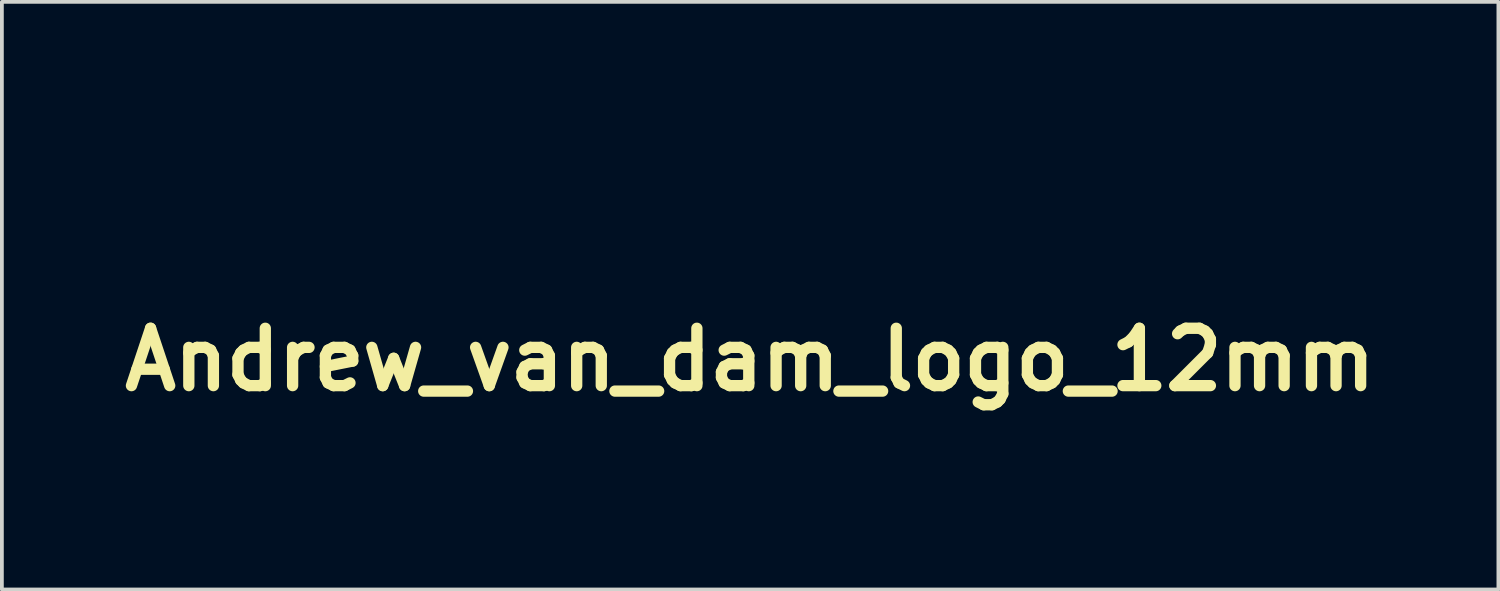
<source format=kicad_pcb>
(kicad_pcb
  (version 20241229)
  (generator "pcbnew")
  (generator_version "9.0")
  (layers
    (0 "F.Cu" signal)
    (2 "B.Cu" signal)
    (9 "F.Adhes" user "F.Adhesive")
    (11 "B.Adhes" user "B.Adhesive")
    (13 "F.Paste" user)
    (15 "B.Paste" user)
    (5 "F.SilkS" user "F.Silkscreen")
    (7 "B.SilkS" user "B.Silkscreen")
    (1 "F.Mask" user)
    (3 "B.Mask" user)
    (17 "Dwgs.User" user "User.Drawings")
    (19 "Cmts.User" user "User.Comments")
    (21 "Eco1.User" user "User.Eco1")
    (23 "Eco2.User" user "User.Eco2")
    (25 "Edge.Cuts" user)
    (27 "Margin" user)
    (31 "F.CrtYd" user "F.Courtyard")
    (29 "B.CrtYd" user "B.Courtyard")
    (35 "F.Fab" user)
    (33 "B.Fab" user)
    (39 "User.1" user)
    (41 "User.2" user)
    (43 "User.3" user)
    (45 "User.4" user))
  (footprint "Andrew_van_dam_logo_12mm"
    (layer "F.Cu")
    (at 12.48 4.806)
    (property "Reference" "Andrew_van_dam_logo_12mm" (at 4.4 1.7 0) (layer "F.SilkS") (effects (font (size 1.524 1.524) (thickness 0.3))))
    (attr through_hole)
    (fp_poly (pts (xy 1.74 -4.068) (xy 1.781 -3.93) (xy 1.781 -3.911) (xy 1.754 -3.769) (xy 1.64 -3.72) (xy 1.564 -3.717) (xy 1.354 -3.683) (xy 1.229 -3.564) (xy 1.171 -3.337) (xy 1.162 -3.121) (xy 1.169 -2.88) (xy 1.2 -2.757) (xy 1.269 -2.714) (xy 1.316 -2.71) (xy 1.446 -2.656) (xy 1.471 -2.555) (xy 1.456 -2.472) (xy 1.386 -2.425) (xy 1.227 -2.405) (xy 0.968 -2.401) (xy 0.696 -2.405) (xy 0.544 -2.427) (xy 0.478 -2.476) (xy 0.465 -2.555) (xy 0.519 -2.685) (xy 0.62 -2.71) (xy 0.701 -2.725) (xy 0.748 -2.791) (xy 0.769 -2.941) (xy 0.774 -3.209) (xy 0.774 -3.252) (xy 0.77 -3.537) (xy 0.751 -3.701) (xy 0.708 -3.775) (xy 0.632 -3.794) (xy 0.62 -3.795) (xy 0.49 -3.849) (xy 0.465 -3.949) (xy 0.491 -4.051) (xy 0.596 -4.096) (xy 0.774 -4.104) (xy 0.987 -4.086) (xy 1.077 -4.025) (xy 1.084 -3.984) (xy 1.098 -3.906) (xy 1.168 -3.925) (xy 1.256 -3.984) (xy 1.454 -4.077) (xy 1.605 -4.104) (xy 1.74 -4.068)) (stroke (width 0.01) (type solid)) (fill no) (layer "Eco2.User"))
    (fp_poly (pts (xy 3.02 -4.036) (xy 3.302 -3.849) (xy 3.489 -3.575) (xy 3.533 -3.427) (xy 3.582 -3.175) (xy 2.875 -3.175) (xy 2.518 -3.166) (xy 2.278 -3.142) (xy 2.172 -3.104) (xy 2.168 -3.094) (xy 2.231 -2.957) (xy 2.383 -2.805) (xy 2.57 -2.683) (xy 2.737 -2.633) (xy 2.936 -2.681) (xy 3.108 -2.78) (xy 3.28 -2.878) (xy 3.428 -2.854) (xy 3.431 -2.853) (xy 3.526 -2.774) (xy 3.485 -2.673) (xy 3.47 -2.654) (xy 3.301 -2.522) (xy 3.056 -2.404) (xy 2.816 -2.334) (xy 2.732 -2.328) (xy 2.554 -2.36) (xy 2.401 -2.41) (xy 2.087 -2.605) (xy 1.881 -2.881) (xy 1.797 -3.204) (xy 1.841 -3.481) (xy 2.211 -3.481) (xy 2.236 -3.434) (xy 2.351 -3.413) (xy 2.584 -3.407) (xy 2.669 -3.407) (xy 2.926 -3.415) (xy 3.108 -3.437) (xy 3.174 -3.465) (xy 3.099 -3.625) (xy 2.903 -3.776) (xy 2.89 -3.783) (xy 2.659 -3.826) (xy 2.426 -3.749) (xy 2.252 -3.574) (xy 2.248 -3.566) (xy 2.211 -3.481) (xy 1.841 -3.481) (xy 1.851 -3.542) (xy 1.86 -3.566) (xy 2.06 -3.871) (xy 2.351 -4.052) (xy 2.681 -4.104) (xy 3.02 -4.036)) (stroke (width 0.01) (type solid)) (fill no) (layer "Eco2.User"))
    (fp_poly (pts (xy -1.946 -0.52) (xy -1.689 -0.466) (xy -1.524 -0.358) (xy -1.433 -0.165) (xy -1.397 0.139) (xy -1.394 0.316) (xy -1.389 0.596) (xy -1.366 0.759) (xy -1.314 0.84) (xy -1.232 0.876) (xy -1.107 0.958) (xy -1.1 1.074) (xy -1.197 1.18) (xy -1.341 1.225) (xy -1.539 1.214) (xy -1.665 1.162) (xy -1.807 1.114) (xy -1.926 1.156) (xy -2.203 1.234) (xy -2.46 1.159) (xy -2.598 1.049) (xy -2.756 0.819) (xy -2.76 0.654) (xy -2.401 0.654) (xy -2.38 0.813) (xy -2.349 0.878) (xy -2.209 0.926) (xy -2.004 0.906) (xy -1.853 0.849) (xy -1.721 0.726) (xy -1.738 0.594) (xy -1.889 0.482) (xy -2.12 0.427) (xy -2.302 0.472) (xy -2.395 0.604) (xy -2.401 0.654) (xy -2.76 0.654) (xy -2.762 0.594) (xy -2.613 0.361) (xy -2.588 0.336) (xy -2.435 0.21) (xy -2.275 0.163) (xy -2.042 0.175) (xy -1.83 0.192) (xy -1.733 0.171) (xy -1.714 0.097) (xy -1.719 0.057) (xy -1.807 -0.136) (xy -1.995 -0.211) (xy -2.282 -0.168) (xy -2.317 -0.157) (xy -2.561 -0.098) (xy -2.68 -0.116) (xy -2.669 -0.207) (xy -2.522 -0.364) (xy -2.345 -0.488) (xy -2.165 -0.532) (xy -1.946 -0.52)) (stroke (width 0.01) (type solid)) (fill no) (layer "Eco2.User"))
    (fp_poly (pts (xy -1.894 2.418) (xy -1.533 2.476) (xy -1.273 2.586) (xy -1.088 2.759) (xy -0.955 3) (xy -0.876 3.326) (xy -0.87 3.696) (xy -0.933 4.049) (xy -1.059 4.32) (xy -1.233 4.507) (xy -1.452 4.638) (xy -1.746 4.722) (xy -2.146 4.771) (xy -2.42 4.787) (xy -2.766 4.8) (xy -2.986 4.8) (xy -3.109 4.783) (xy -3.162 4.742) (xy -3.175 4.674) (xy -3.175 4.655) (xy -3.125 4.52) (xy -3.02 4.491) (xy -2.954 4.482) (xy -2.909 4.436) (xy -2.883 4.328) (xy -2.87 4.131) (xy -2.866 3.819) (xy -2.865 3.601) (xy -2.867 3.218) (xy -2.875 2.964) (xy -2.894 2.813) (xy -2.928 2.738) (xy -2.982 2.712) (xy -3.02 2.71) (xy -2.478 2.71) (xy -2.478 4.509) (xy -2.11 4.456) (xy -1.848 4.399) (xy -1.625 4.32) (xy -1.565 4.288) (xy -1.36 4.067) (xy -1.262 3.742) (xy -1.263 3.41) (xy -1.356 3.071) (xy -1.551 2.846) (xy -1.854 2.73) (xy -2.095 2.71) (xy -2.478 2.71) (xy -3.02 2.71) (xy -3.15 2.656) (xy -3.175 2.555) (xy -3.165 2.486) (xy -3.115 2.441) (xy -2.998 2.415) (xy -2.787 2.404) (xy -2.453 2.401) (xy -2.381 2.401) (xy -1.894 2.418)) (stroke (width 0.01) (type solid)) (fill no) (layer "Eco2.User"))
    (fp_poly (pts (xy -2.76 -1.233) (xy -2.619 -1.208) (xy -2.563 -1.152) (xy -2.555 -1.09) (xy -2.613 -0.955) (xy -2.686 -0.915) (xy -2.77 -0.838) (xy -2.887 -0.629) (xy -3.039 -0.282) (xy -3.209 0.155) (xy -3.37 0.575) (xy -3.492 0.869) (xy -3.587 1.06) (xy -3.667 1.169) (xy -3.743 1.218) (xy -3.775 1.225) (xy -3.922 1.202) (xy -4.019 1.06) (xy -4.031 1.031) (xy -4.254 0.438) (xy -4.433 -0.025) (xy -4.574 -0.373) (xy -4.684 -0.62) (xy -4.769 -0.782) (xy -4.837 -0.873) (xy -4.894 -0.911) (xy -4.895 -0.911) (xy -5.011 -1.008) (xy -5.034 -1.093) (xy -5.014 -1.175) (xy -4.932 -1.219) (xy -4.752 -1.237) (xy -4.569 -1.239) (xy -4.309 -1.233) (xy -4.169 -1.209) (xy -4.113 -1.153) (xy -4.104 -1.084) (xy -4.153 -0.958) (xy -4.22 -0.929) (xy -4.287 -0.924) (xy -4.32 -0.891) (xy -4.315 -0.807) (xy -4.267 -0.647) (xy -4.171 -0.387) (xy -4.054 -0.081) (xy -3.77 0.651) (xy -3.516 -0.004) (xy -3.371 -0.394) (xy -3.289 -0.662) (xy -3.266 -0.828) (xy -3.299 -0.91) (xy -3.369 -0.929) (xy -3.463 -0.994) (xy -3.485 -1.084) (xy -3.468 -1.171) (xy -3.393 -1.217) (xy -3.226 -1.236) (xy -3.02 -1.239) (xy -2.76 -1.233)) (stroke (width 0.01) (type solid)) (fill no) (layer "Eco2.User"))
    (fp_poly (pts (xy 0.471 -0.449) (xy 0.628 -0.311) (xy 0.648 -0.271) (xy 0.674 -0.128) (xy 0.692 0.113) (xy 0.697 0.346) (xy 0.703 0.617) (xy 0.729 0.771) (xy 0.786 0.847) (xy 0.859 0.876) (xy 0.984 0.964) (xy 0.993 1.059) (xy 0.934 1.155) (xy 0.782 1.196) (xy 0.657 1.2) (xy 0.348 1.2) (xy 0.326 0.523) (xy 0.304 -0.155) (xy 0.09 -0.155) (xy -0.119 -0.12) (xy -0.244 -0.001) (xy -0.301 0.229) (xy -0.31 0.441) (xy -0.299 0.693) (xy -0.26 0.82) (xy -0.194 0.852) (xy -0.1 0.919) (xy -0.077 1.045) (xy -0.088 1.156) (xy -0.147 1.214) (xy -0.29 1.236) (xy -0.506 1.239) (xy -0.789 1.223) (xy -0.942 1.172) (xy -0.977 1.127) (xy -0.98 0.96) (xy -0.871 0.861) (xy -0.809 0.852) (xy -0.745 0.813) (xy -0.71 0.681) (xy -0.697 0.426) (xy -0.697 0.358) (xy -0.703 0.083) (xy -0.729 -0.073) (xy -0.785 -0.15) (xy -0.852 -0.177) (xy -0.978 -0.262) (xy -1.007 -0.341) (xy -0.968 -0.421) (xy -0.83 -0.458) (xy -0.658 -0.465) (xy -0.45 -0.45) (xy -0.326 -0.413) (xy -0.31 -0.391) (xy -0.248 -0.37) (xy -0.094 -0.409) (xy -0.042 -0.429) (xy 0.234 -0.491) (xy 0.471 -0.449)) (stroke (width 0.01) (type solid)) (fill no) (layer "Eco2.User"))
    (fp_poly (pts (xy 0.464 3.088) (xy 0.64 3.154) (xy 0.756 3.247) (xy 0.828 3.399) (xy 0.875 3.644) (xy 0.907 3.969) (xy 0.946 4.279) (xy 0.998 4.448) (xy 1.057 4.491) (xy 1.142 4.556) (xy 1.162 4.646) (xy 1.131 4.754) (xy 1.01 4.797) (xy 0.895 4.801) (xy 0.702 4.781) (xy 0.586 4.73) (xy 0.581 4.724) (xy 0.478 4.688) (xy 0.388 4.724) (xy 0.097 4.799) (xy -0.189 4.729) (xy -0.359 4.604) (xy -0.495 4.429) (xy -0.515 4.281) (xy -0.141 4.281) (xy -0.074 4.432) (xy -0.041 4.461) (xy 0.129 4.512) (xy 0.323 4.48) (xy 0.48 4.384) (xy 0.542 4.253) (xy 0.474 4.126) (xy 0.302 4.046) (xy 0.076 4.033) (xy 0.026 4.04) (xy -0.104 4.128) (xy -0.141 4.281) (xy -0.515 4.281) (xy -0.517 4.261) (xy -0.505 4.198) (xy -0.437 4.007) (xy -0.373 3.894) (xy -0.213 3.797) (xy 0.023 3.746) (xy 0.261 3.752) (xy 0.379 3.79) (xy 0.498 3.836) (xy 0.539 3.771) (xy 0.542 3.679) (xy 0.479 3.485) (xy 0.32 3.373) (xy 0.112 3.365) (xy -0.016 3.42) (xy -0.19 3.49) (xy -0.348 3.496) (xy -0.442 3.442) (xy -0.445 3.381) (xy -0.364 3.293) (xy -0.193 3.182) (xy -0.124 3.146) (xy 0.099 3.055) (xy 0.287 3.046) (xy 0.464 3.088)) (stroke (width 0.01) (type solid)) (fill no) (layer "Eco2.User"))
    (fp_poly (pts (xy 0.077 -3.756) (xy 0.079 -3.336) (xy 0.085 -3.046) (xy 0.099 -2.863) (xy 0.126 -2.762) (xy 0.168 -2.72) (xy 0.229 -2.71) (xy 0.232 -2.71) (xy 0.362 -2.656) (xy 0.387 -2.555) (xy 0.364 -2.459) (xy 0.27 -2.413) (xy 0.064 -2.401) (xy 0.039 -2.401) (xy -0.169 -2.417) (xy -0.294 -2.457) (xy -0.31 -2.481) (xy -0.357 -2.521) (xy -0.46 -2.481) (xy -0.753 -2.398) (xy -1.072 -2.422) (xy -1.35 -2.543) (xy -1.42 -2.603) (xy -1.617 -2.898) (xy -1.674 -3.192) (xy -1.313 -3.192) (xy -1.228 -2.933) (xy -1.196 -2.882) (xy -1.017 -2.748) (xy -0.778 -2.712) (xy -0.541 -2.776) (xy -0.451 -2.839) (xy -0.335 -3.033) (xy -0.306 -3.281) (xy -0.361 -3.52) (xy -0.482 -3.674) (xy -0.733 -3.777) (xy -0.966 -3.753) (xy -1.157 -3.629) (xy -1.281 -3.433) (xy -1.313 -3.192) (xy -1.674 -3.192) (xy -1.682 -3.233) (xy -1.62 -3.568) (xy -1.432 -3.863) (xy -1.334 -3.952) (xy -1.079 -4.07) (xy -0.771 -4.101) (xy -0.488 -4.038) (xy -0.46 -4.024) (xy -0.36 -3.987) (xy -0.318 -4.044) (xy -0.31 -4.218) (xy -0.327 -4.406) (xy -0.393 -4.482) (xy -0.465 -4.491) (xy -0.594 -4.546) (xy -0.62 -4.646) (xy -0.597 -4.743) (xy -0.502 -4.789) (xy -0.296 -4.801) (xy -0.271 -4.801) (xy 0.077 -4.801) (xy 0.077 -3.756)) (stroke (width 0.01) (type solid)) (fill no) (layer "Eco2.User"))
    (fp_poly (pts (xy 1.82 3.115) (xy 1.928 3.16) (xy 1.936 3.178) (xy 1.983 3.218) (xy 2.086 3.178) (xy 2.319 3.108) (xy 2.573 3.11) (xy 2.776 3.181) (xy 2.812 3.21) (xy 2.917 3.282) (xy 3.029 3.241) (xy 3.069 3.212) (xy 3.243 3.137) (xy 3.475 3.101) (xy 3.501 3.1) (xy 3.701 3.122) (xy 3.833 3.208) (xy 3.91 3.382) (xy 3.944 3.669) (xy 3.949 3.944) (xy 3.953 4.231) (xy 3.972 4.395) (xy 4.014 4.471) (xy 4.09 4.491) (xy 4.104 4.491) (xy 4.234 4.546) (xy 4.259 4.646) (xy 4.233 4.748) (xy 4.128 4.792) (xy 3.949 4.801) (xy 3.64 4.801) (xy 3.64 4.227) (xy 3.632 3.854) (xy 3.605 3.612) (xy 3.551 3.473) (xy 3.463 3.415) (xy 3.394 3.407) (xy 3.163 3.44) (xy 3.023 3.554) (xy 2.956 3.774) (xy 2.943 4.03) (xy 2.948 4.288) (xy 2.973 4.428) (xy 3.03 4.483) (xy 3.098 4.491) (xy 3.227 4.546) (xy 3.252 4.646) (xy 3.226 4.748) (xy 3.121 4.792) (xy 2.943 4.801) (xy 2.633 4.801) (xy 2.632 4.279) (xy 2.621 3.884) (xy 2.588 3.622) (xy 2.525 3.471) (xy 2.428 3.411) (xy 2.386 3.407) (xy 2.156 3.44) (xy 2.017 3.554) (xy 1.949 3.775) (xy 1.936 4.03) (xy 1.942 4.288) (xy 1.967 4.428) (xy 2.023 4.483) (xy 2.091 4.491) (xy 2.22 4.546) (xy 2.246 4.646) (xy 2.229 4.733) (xy 2.154 4.78) (xy 1.987 4.798) (xy 1.781 4.801) (xy 1.522 4.796) (xy 1.381 4.771) (xy 1.325 4.715) (xy 1.316 4.646) (xy 1.365 4.52) (xy 1.433 4.491) (xy 1.496 4.46) (xy 1.532 4.345) (xy 1.547 4.119) (xy 1.549 3.949) (xy 1.542 3.655) (xy 1.517 3.486) (xy 1.469 3.415) (xy 1.433 3.407) (xy 1.338 3.343) (xy 1.316 3.252) (xy 1.342 3.151) (xy 1.447 3.106) (xy 1.626 3.098) (xy 1.82 3.115)) (stroke (width 0.01) (type solid)) (fill no) (layer "Eco2.User"))
    (fp_poly (pts (xy 4.206 -4.094) (xy 4.309 -4.052) (xy 4.336 -3.961) (xy 4.337 -3.949) (xy 4.291 -3.824) (xy 4.228 -3.795) (xy 4.169 -3.774) (xy 4.162 -3.689) (xy 4.206 -3.503) (xy 4.229 -3.427) (xy 4.321 -3.127) (xy 4.386 -2.97) (xy 4.44 -2.95) (xy 4.497 -3.06) (xy 4.574 -3.291) (xy 4.643 -3.551) (xy 4.664 -3.726) (xy 4.644 -3.782) (xy 4.581 -3.87) (xy 4.569 -3.956) (xy 4.591 -4.045) (xy 4.684 -4.09) (xy 4.883 -4.104) (xy 4.956 -4.104) (xy 5.189 -4.096) (xy 5.305 -4.06) (xy 5.342 -3.984) (xy 5.343 -3.956) (xy 5.314 -3.82) (xy 5.278 -3.782) (xy 5.262 -3.702) (xy 5.286 -3.529) (xy 5.337 -3.315) (xy 5.4 -3.113) (xy 5.462 -2.974) (xy 5.496 -2.943) (xy 5.55 -3.009) (xy 5.62 -3.177) (xy 5.646 -3.26) (xy 5.716 -3.485) (xy 5.772 -3.656) (xy 5.783 -3.686) (xy 5.763 -3.779) (xy 5.7 -3.795) (xy 5.597 -3.859) (xy 5.576 -3.949) (xy 5.596 -4.042) (xy 5.683 -4.089) (xy 5.873 -4.104) (xy 5.963 -4.104) (xy 6.195 -4.096) (xy 6.311 -4.062) (xy 6.348 -3.985) (xy 6.35 -3.949) (xy 6.303 -3.824) (xy 6.236 -3.795) (xy 6.15 -3.718) (xy 6.042 -3.489) (xy 5.911 -3.109) (xy 5.907 -3.096) (xy 5.804 -2.77) (xy 5.727 -2.566) (xy 5.659 -2.458) (xy 5.586 -2.418) (xy 5.5 -2.418) (xy 5.393 -2.449) (xy 5.311 -2.536) (xy 5.233 -2.711) (xy 5.147 -2.979) (xy 5.064 -3.228) (xy 4.993 -3.395) (xy 4.945 -3.448) (xy 4.941 -3.443) (xy 4.898 -3.334) (xy 4.83 -3.123) (xy 4.761 -2.885) (xy 4.679 -2.618) (xy 4.607 -2.471) (xy 4.524 -2.41) (xy 4.447 -2.401) (xy 4.294 -2.423) (xy 4.235 -2.459) (xy 4.199 -2.556) (xy 4.133 -2.762) (xy 4.049 -3.039) (xy 4.023 -3.125) (xy 3.929 -3.411) (xy 3.835 -3.636) (xy 3.758 -3.76) (xy 3.742 -3.772) (xy 3.656 -3.873) (xy 3.64 -3.958) (xy 3.665 -4.05) (xy 3.768 -4.093) (xy 3.986 -4.104) (xy 3.988 -4.104) (xy 4.206 -4.094)) (stroke (width 0.01) (type solid)) (fill no) (layer "Eco2.User"))
    (fp_poly (pts (xy -4.802 -4.798) (xy -4.617 -4.783) (xy -4.525 -4.749) (xy -4.494 -4.687) (xy -4.491 -4.646) (xy -4.543 -4.518) (xy -4.616 -4.491) (xy -4.705 -4.445) (xy -4.704 -4.395) (xy -4.664 -4.285) (xy -4.583 -4.065) (xy -4.474 -3.769) (xy -4.378 -3.504) (xy -4.087 -2.71) (xy -3.485 -2.71) (xy -3.485 -3.252) (xy -3.489 -3.537) (xy -3.507 -3.7) (xy -3.55 -3.774) (xy -3.627 -3.794) (xy -3.645 -3.795) (xy -3.769 -3.836) (xy -3.78 -3.93) (xy -3.692 -4.031) (xy -3.516 -4.088) (xy -3.314 -4.093) (xy -3.147 -4.035) (xy -3.136 -4.027) (xy -3.004 -3.978) (xy -2.866 -4.026) (xy -2.612 -4.095) (xy -2.373 -4.048) (xy -2.203 -3.894) (xy -2.191 -3.872) (xy -2.138 -3.691) (xy -2.102 -3.421) (xy -2.092 -3.194) (xy -2.083 -2.918) (xy -2.053 -2.767) (xy -1.995 -2.712) (xy -1.975 -2.71) (xy -1.88 -2.646) (xy -1.859 -2.555) (xy -1.885 -2.454) (xy -1.99 -2.409) (xy -2.168 -2.401) (xy -2.478 -2.401) (xy -2.478 -3.061) (xy -2.486 -3.42) (xy -2.518 -3.645) (xy -2.588 -3.757) (xy -2.708 -3.776) (xy -2.89 -3.722) (xy -2.891 -3.722) (xy -3.006 -3.666) (xy -3.068 -3.581) (xy -3.093 -3.423) (xy -3.098 -3.177) (xy -3.089 -2.906) (xy -3.057 -2.761) (xy -2.996 -2.711) (xy -2.981 -2.71) (xy -2.887 -2.646) (xy -2.865 -2.555) (xy -2.874 -2.491) (xy -2.917 -2.448) (xy -3.02 -2.421) (xy -3.208 -2.407) (xy -3.505 -2.401) (xy -3.833 -2.401) (xy -4.235 -2.402) (xy -4.507 -2.409) (xy -4.674 -2.425) (xy -4.762 -2.455) (xy -4.796 -2.503) (xy -4.801 -2.555) (xy -4.746 -2.685) (xy -4.646 -2.71) (xy -4.537 -2.714) (xy -4.501 -2.755) (xy -4.53 -2.873) (xy -4.576 -3.009) (xy -4.636 -3.149) (xy -4.718 -3.222) (xy -4.869 -3.249) (xy -5.082 -3.252) (xy -5.329 -3.245) (xy -5.468 -3.21) (xy -5.544 -3.13) (xy -5.578 -3.054) (xy -5.643 -2.843) (xy -5.63 -2.738) (xy -5.537 -2.71) (xy -5.442 -2.646) (xy -5.421 -2.555) (xy -5.438 -2.469) (xy -5.512 -2.422) (xy -5.68 -2.403) (xy -5.885 -2.401) (xy -6.145 -2.406) (xy -6.285 -2.431) (xy -6.341 -2.487) (xy -6.35 -2.555) (xy -6.294 -2.686) (xy -6.206 -2.71) (xy -6.131 -2.741) (xy -6.051 -2.847) (xy -5.954 -3.048) (xy -5.83 -3.367) (xy -5.76 -3.562) (xy -5.411 -3.562) (xy -5.106 -3.562) (xy -4.89 -3.585) (xy -4.807 -3.65) (xy -4.807 -3.659) (xy -4.835 -3.783) (xy -4.9 -3.996) (xy -4.949 -4.142) (xy -5.085 -4.527) (xy -5.248 -4.045) (xy -5.411 -3.562) (xy -5.76 -3.562) (xy -5.753 -3.582) (xy -5.624 -3.951) (xy -5.544 -4.201) (xy -5.508 -4.357) (xy -5.512 -4.445) (xy -5.551 -4.491) (xy -5.588 -4.508) (xy -5.706 -4.607) (xy -5.73 -4.683) (xy -5.703 -4.743) (xy -5.602 -4.78) (xy -5.4 -4.797) (xy -5.111 -4.801) (xy -4.802 -4.798)) (stroke (width 0.01) (type solid)) (fill no) (layer "Eco2.User")))
  (gr_rect
    (start -3 -3)
    (end 36.76 12.612)
    (stroke (width 0.1) (type default))
    (fill no)
    (layer "Edge.Cuts")))
</source>
